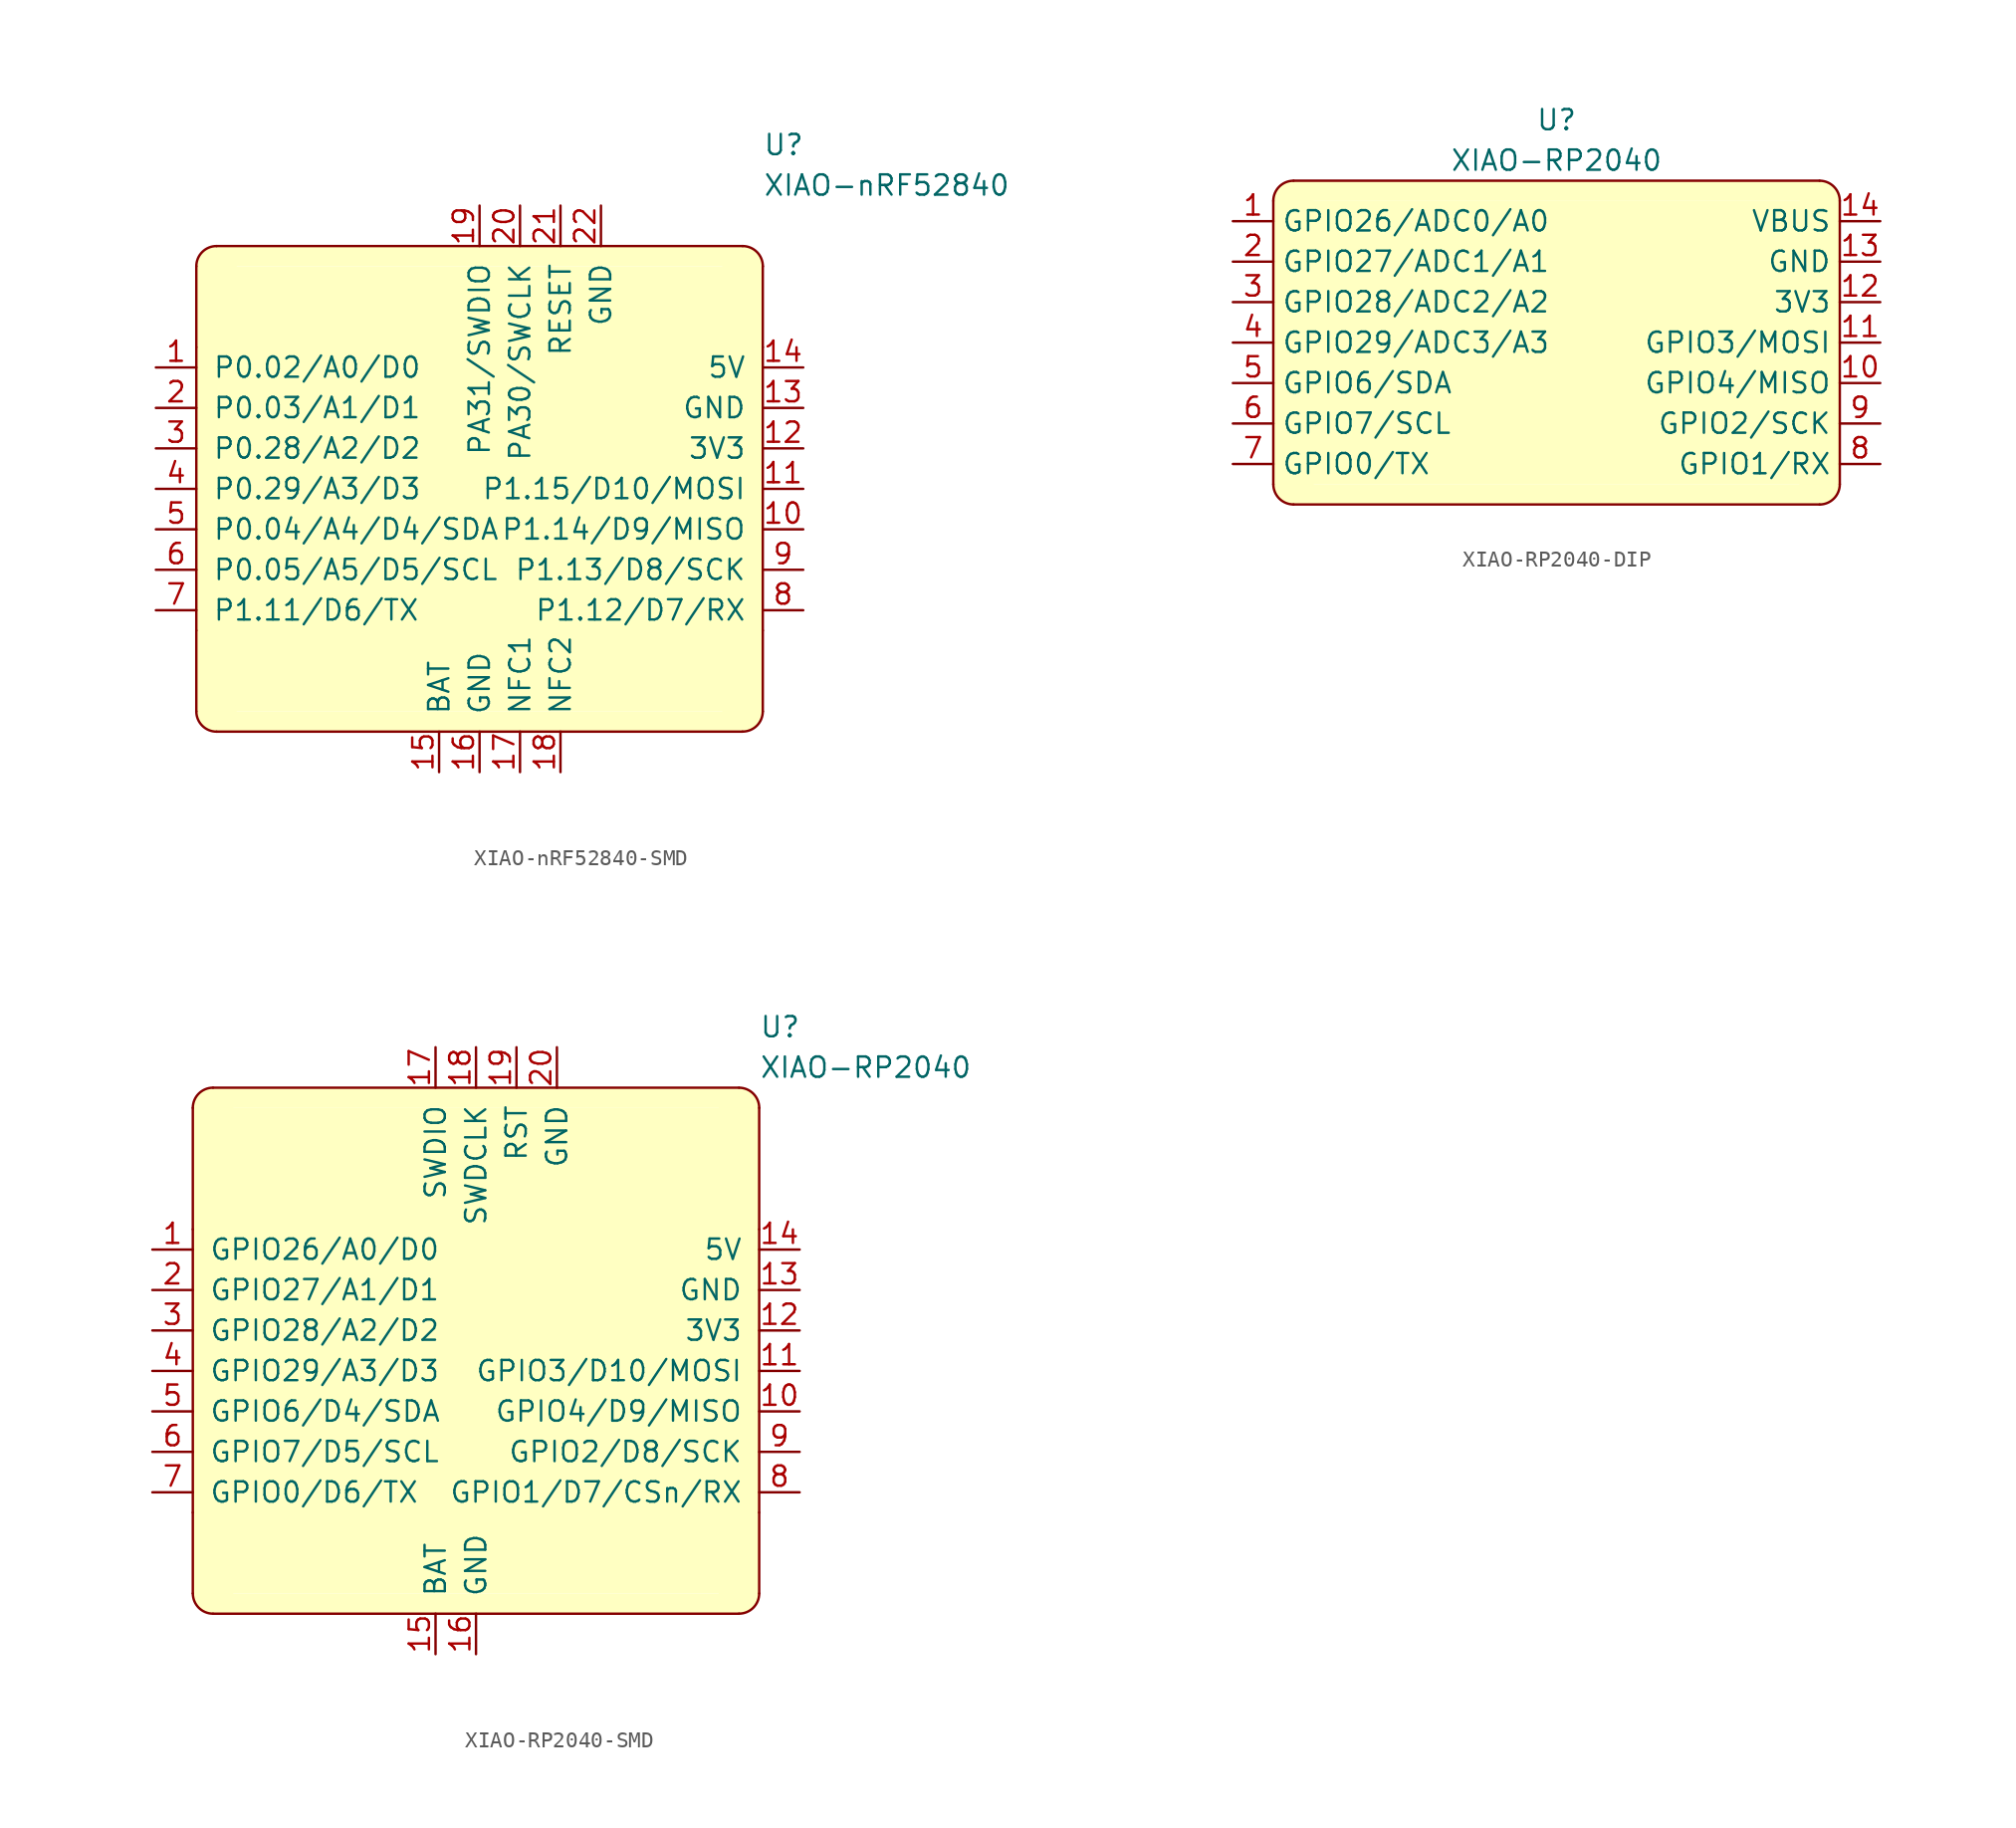
<source format=kicad_sym>
(kicad_symbol_lib
  (version 20241209)
  (generator "kicad_symbol_editor")
  (generator_version "9.0")
  (symbol "XIAO-nRF52840-SMD"
    (pin_names
      (offset 1.016))
    (property "Reference" "U"
      (at 17.78 21.59 0)
      (effects (font (size 1.27 1.27)) (justify left)))
    (property "Value" "XIAO-nRF52840"
      (at 17.78 19.05 0)
      (effects (font (size 1.27 1.27)) (justify left)))
    (symbol "XIAO-nRF52840-SMD_0_1"
      (polyline (pts (xy -17.78 13.97) (xy -17.78 8.89)) (stroke (width 0) (type default)) (fill (type none)))
      (polyline (pts (xy -17.78 -8.89) (xy -17.78 -13.97)) (stroke (width 0) (type default)) (fill (type none)))
      (polyline (pts (xy 17.78 13.97) (xy 17.78 8.89)) (stroke (width 0) (type default)) (fill (type none)))
      (polyline (pts (xy 17.78 -8.89) (xy 17.78 -13.97)) (stroke (width 0) (type default)) (fill (type none))))
    (symbol "XIAO-nRF52840-SMD_1_1"
      (rectangle (start -17.78 13.97) (end 17.78 -13.97) (stroke (width -0.0001) (type solid)) (fill (type background)))
      (polyline (pts (xy -17.78 -8.89) (xy -17.78 8.89)) (stroke (width 0) (type default)) (fill (type none)))
      (rectangle (start -16.51 15.24) (end 16.51 13.97) (stroke (width -0.0001) (type solid)) (fill (type background)))
      (polyline (pts (xy -16.51 15.24) (xy 16.51 15.24)) (stroke (width 0) (type default)) (fill (type none)))
      (circle (center -16.51 13.97) (radius 1.27) (stroke (width -0.0001) (type solid)) (fill (type background)))
      (circle (center -16.51 -13.97) (radius 1.27) (stroke (width -0.0001) (type solid)) (fill (type background)))
      (rectangle (start -16.51 -13.97) (end 16.51 -15.24) (stroke (width -0.0001) (type solid)) (fill (type background)))
      (polyline (pts (xy -16.51 -15.24) (xy 16.51 -15.24)) (stroke (width 0) (type default)) (fill (type none)))
      (arc (start -17.78 13.97) (mid -17.408 14.868) (end -16.51 15.24) (stroke (width 0) (type default)) (fill (type none)))
      (arc (start -16.51 -15.24) (mid -17.408 -14.868) (end -17.78 -13.97) (stroke (width 0) (type default)) (fill (type none)))
      (arc (start 16.51 15.24) (mid 17.408 14.868) (end 17.78 13.97) (stroke (width 0) (type default)) (fill (type none)))
      (circle (center 16.51 13.97) (radius 1.27) (stroke (width -0.0001) (type solid)) (fill (type background)))
      (circle (center 16.51 -13.97) (radius 1.27) (stroke (width -0.0001) (type solid)) (fill (type background)))
      (arc (start 17.78 -13.97) (mid 17.408 -14.868) (end 16.51 -15.24) (stroke (width 0) (type default)) (fill (type none)))
      (polyline (pts (xy 17.78 -8.89) (xy 17.78 8.89)) (stroke (width 0) (type default)) (fill (type none)))
      (pin passive line (at -20.32 7.62 0) (length 2.54) (name "P0.02/A0/D0" (effects (font (size 1.27 1.27)))) (number "1" (effects (font (size 1.27 1.27)))))
      (pin passive line (at -20.32 5.08 0) (length 2.54) (name "P0.03/A1/D1" (effects (font (size 1.27 1.27)))) (number "2" (effects (font (size 1.27 1.27)))))
      (pin passive line (at -20.32 2.54 0) (length 2.54) (name "P0.28/A2/D2" (effects (font (size 1.27 1.27)))) (number "3" (effects (font (size 1.27 1.27)))))
      (pin passive line (at -20.32 0 0) (length 2.54) (name "P0.29/A3/D3" (effects (font (size 1.27 1.27)))) (number "4" (effects (font (size 1.27 1.27)))))
      (pin passive line (at -20.32 -2.54 0) (length 2.54) (name "P0.04/A4/D4/SDA" (effects (font (size 1.27 1.27)))) (number "5" (effects (font (size 1.27 1.27)))))
      (pin passive line (at -20.32 -5.08 0) (length 2.54) (name "P0.05/A5/D5/SCL" (effects (font (size 1.27 1.27)))) (number "6" (effects (font (size 1.27 1.27)))))
      (pin passive line (at -20.32 -7.62 0) (length 2.54) (name "P1.11/D6/TX" (effects (font (size 1.27 1.27)))) (number "7" (effects (font (size 1.27 1.27)))))
      (pin passive line (at -2.54 -17.78 90) (length 2.54) (name "BAT" (effects (font (size 1.27 1.27)))) (number "15" (effects (font (size 1.27 1.27)))))
      (pin passive line (at 0 17.78 270) (length 2.54) (name "PA31/SWDIO" (effects (font (size 1.27 1.27)))) (number "19" (effects (font (size 1.27 1.27)))))
      (pin passive line (at 0 -17.78 90) (length 2.54) (name "GND" (effects (font (size 1.27 1.27)))) (number "16" (effects (font (size 1.27 1.27)))))
      (pin passive line (at 2.54 17.78 270) (length 2.54) (name "PA30/SWCLK" (effects (font (size 1.27 1.27)))) (number "20" (effects (font (size 1.27 1.27)))))
      (pin passive line (at 2.54 -17.78 90) (length 2.54) (name "NFC1" (effects (font (size 1.27 1.27)))) (number "17" (effects (font (size 1.27 1.27)))))
      (pin passive line (at 5.08 17.78 270) (length 2.54) (name "RESET" (effects (font (size 1.27 1.27)))) (number "21" (effects (font (size 1.27 1.27)))))
      (pin passive line (at 5.08 -17.78 90) (length 2.54) (name "NFC2" (effects (font (size 1.27 1.27)))) (number "18" (effects (font (size 1.27 1.27)))))
      (pin passive line (at 7.62 17.78 270) (length 2.54) (name "GND" (effects (font (size 1.27 1.27)))) (number "22" (effects (font (size 1.27 1.27)))))
      (pin passive line (at 20.32 7.62 180) (length 2.54) (name "5V" (effects (font (size 1.27 1.27)))) (number "14" (effects (font (size 1.27 1.27)))))
      (pin passive line (at 20.32 5.08 180) (length 2.54) (name "GND" (effects (font (size 1.27 1.27)))) (number "13" (effects (font (size 1.27 1.27)))))
      (pin passive line (at 20.32 2.54 180) (length 2.54) (name "3V3" (effects (font (size 1.27 1.27)))) (number "12" (effects (font (size 1.27 1.27)))))
      (pin passive line (at 20.32 0 180) (length 2.54) (name "P1.15/D10/MOSI" (effects (font (size 1.27 1.27)))) (number "11" (effects (font (size 1.27 1.27)))))
      (pin passive line (at 20.32 -2.54 180) (length 2.54) (name "P1.14/D9/MISO" (effects (font (size 1.27 1.27)))) (number "10" (effects (font (size 1.27 1.27)))))
      (pin passive line (at 20.32 -5.08 180) (length 2.54) (name "P1.13/D8/SCK" (effects (font (size 1.27 1.27)))) (number "9" (effects (font (size 1.27 1.27)))))
      (pin passive line (at 20.32 -7.62 180) (length 2.54) (name "P1.12/D7/RX" (effects (font (size 1.27 1.27)))) (number "8" (effects (font (size 1.27 1.27)))))))
  (symbol "XIAO-RP2040-DIP"
    (property "Reference" "U"
      (at 0 13.97 0)
      (effects (font (size 1.27 1.27))))
    (property "Value" "XIAO-RP2040"
      (at 0 11.43 0)
      (effects (font (size 1.27 1.27))))
    (symbol "XIAO-RP2040-DIP_1_0"
      (pin passive line (at -20.32 7.62 0) (length 2.54) (name "GPIO26/ADC0/A0" (effects (font (size 1.27 1.27)))) (number "1" (effects (font (size 1.27 1.27)))))
      (pin passive line (at -20.32 5.08 0) (length 2.54) (name "GPIO27/ADC1/A1" (effects (font (size 1.27 1.27)))) (number "2" (effects (font (size 1.27 1.27)))))
      (pin passive line (at -20.32 2.54 0) (length 2.54) (name "GPIO28/ADC2/A2" (effects (font (size 1.27 1.27)))) (number "3" (effects (font (size 1.27 1.27)))))
      (pin passive line (at -20.32 0 0) (length 2.54) (name "GPIO29/ADC3/A3" (effects (font (size 1.27 1.27)))) (number "4" (effects (font (size 1.27 1.27)))))
      (pin passive line (at -20.32 -2.54 0) (length 2.54) (name "GPIO6/SDA" (effects (font (size 1.27 1.27)))) (number "5" (effects (font (size 1.27 1.27)))))
      (pin passive line (at -20.32 -5.08 0) (length 2.54) (name "GPIO7/SCL" (effects (font (size 1.27 1.27)))) (number "6" (effects (font (size 1.27 1.27)))))
      (pin passive line (at -20.32 -7.62 0) (length 2.54) (name "GPIO0/TX" (effects (font (size 1.27 1.27)))) (number "7" (effects (font (size 1.27 1.27)))))
      (pin passive line (at 20.32 7.62 180) (length 2.54) (name "VBUS" (effects (font (size 1.27 1.27)))) (number "14" (effects (font (size 1.27 1.27)))))
      (pin passive line (at 20.32 5.08 180) (length 2.54) (name "GND" (effects (font (size 1.27 1.27)))) (number "13" (effects (font (size 1.27 1.27)))))
      (pin passive line (at 20.32 2.54 180) (length 2.54) (name "3V3" (effects (font (size 1.27 1.27)))) (number "12" (effects (font (size 1.27 1.27)))))
      (pin passive line (at 20.32 0 180) (length 2.54) (name "GPIO3/MOSI" (effects (font (size 1.27 1.27)))) (number "11" (effects (font (size 1.27 1.27)))))
      (pin passive line (at 20.32 -2.54 180) (length 2.54) (name "GPIO4/MISO" (effects (font (size 1.27 1.27)))) (number "10" (effects (font (size 1.27 1.27)))))
      (pin passive line (at 20.32 -5.08 180) (length 2.54) (name "GPIO2/SCK" (effects (font (size 1.27 1.27)))) (number "9" (effects (font (size 1.27 1.27)))))
      (pin passive line (at 20.32 -7.62 180) (length 2.54) (name "GPIO1/RX" (effects (font (size 1.27 1.27)))) (number "8" (effects (font (size 1.27 1.27))))))
    (symbol "XIAO-RP2040-DIP_1_1"
      (rectangle (start -17.78 8.89) (end 17.78 -8.89) (stroke (width -0.0001) (type solid)) (fill (type background)))
      (polyline (pts (xy -17.78 -8.89) (xy -17.78 8.89)) (stroke (width 0) (type default)) (fill (type none)))
      (rectangle (start -16.51 10.16) (end 16.51 8.89) (stroke (width -0.0001) (type solid)) (fill (type background)))
      (polyline (pts (xy -16.51 10.16) (xy 16.51 10.16)) (stroke (width 0) (type default)) (fill (type none)))
      (circle (center -16.51 8.89) (radius 1.27) (stroke (width -0.0001) (type solid)) (fill (type background)))
      (circle (center -16.51 -8.89) (radius 1.27) (stroke (width -0.0001) (type solid)) (fill (type background)))
      (rectangle (start -16.51 -8.89) (end 16.51 -10.16) (stroke (width -0.0001) (type solid)) (fill (type background)))
      (polyline (pts (xy -16.51 -10.16) (xy 16.51 -10.16)) (stroke (width 0) (type default)) (fill (type none)))
      (arc (start -17.78 8.89) (mid -17.408 9.788) (end -16.51 10.16) (stroke (width 0) (type default)) (fill (type none)))
      (arc (start -16.51 -10.16) (mid -17.408 -9.788) (end -17.78 -8.89) (stroke (width 0) (type default)) (fill (type none)))
      (arc (start 16.51 10.16) (mid 17.408 9.788) (end 17.78 8.89) (stroke (width 0) (type default)) (fill (type none)))
      (circle (center 16.51 8.89) (radius 1.27) (stroke (width -0.0001) (type solid)) (fill (type background)))
      (circle (center 16.51 -8.89) (radius 1.27) (stroke (width -0.0001) (type solid)) (fill (type background)))
      (arc (start 17.78 -8.89) (mid 17.408 -9.788) (end 16.51 -10.16) (stroke (width 0) (type default)) (fill (type none)))
      (polyline (pts (xy 17.78 -8.89) (xy 17.78 8.89)) (stroke (width 0) (type default)) (fill (type none)))))
  (symbol "XIAO-RP2040-SMD"
    (pin_names
      (offset 1.016))
    (property "Reference" "U"
      (at 17.78 21.59 0)
      (effects (font (size 1.27 1.27)) (justify left)))
    (property "Value" "XIAO-RP2040"
      (at 17.78 19.05 0)
      (effects (font (size 1.27 1.27)) (justify left)))
    (symbol "XIAO-RP2040-SMD_0_1"
      (polyline (pts (xy -17.78 16.51) (xy -17.78 8.89)) (stroke (width 0) (type default)) (fill (type none)))
      (polyline (pts (xy -17.78 -8.89) (xy -17.78 -13.97)) (stroke (width 0) (type default)) (fill (type none)))
      (polyline (pts (xy 17.78 16.51) (xy 17.78 8.89)) (stroke (width 0) (type default)) (fill (type none)))
      (polyline (pts (xy 17.78 -8.89) (xy 17.78 -13.97)) (stroke (width 0) (type default)) (fill (type none))))
    (symbol "XIAO-RP2040-SMD_1_1"
      (rectangle (start -17.78 16.51) (end 17.78 -13.97) (stroke (width -0.0001) (type solid)) (fill (type background)))
      (polyline (pts (xy -17.78 -8.89) (xy -17.78 8.89)) (stroke (width 0) (type default)) (fill (type none)))
      (rectangle (start -16.51 17.78) (end 16.51 16.51) (stroke (width -0.0001) (type solid)) (fill (type background)))
      (polyline (pts (xy -16.51 17.78) (xy 16.51 17.78)) (stroke (width 0) (type default)) (fill (type none)))
      (circle (center -16.51 16.51) (radius 1.27) (stroke (width -0.0001) (type solid)) (fill (type background)))
      (circle (center -16.51 -13.97) (radius 1.27) (stroke (width -0.0001) (type solid)) (fill (type background)))
      (rectangle (start -16.51 -13.97) (end 16.51 -15.24) (stroke (width -0.0001) (type solid)) (fill (type background)))
      (polyline (pts (xy -16.51 -15.24) (xy 16.51 -15.24)) (stroke (width 0) (type default)) (fill (type none)))
      (arc (start -17.78 16.51) (mid -17.408 17.408) (end -16.51 17.78) (stroke (width 0) (type default)) (fill (type none)))
      (arc (start -16.51 -15.24) (mid -17.408 -14.868) (end -17.78 -13.97) (stroke (width 0) (type default)) (fill (type none)))
      (arc (start 16.51 17.78) (mid 17.408 17.408) (end 17.78 16.51) (stroke (width 0) (type default)) (fill (type none)))
      (circle (center 16.51 16.51) (radius 1.27) (stroke (width -0.0001) (type solid)) (fill (type background)))
      (circle (center 16.51 -13.97) (radius 1.27) (stroke (width -0.0001) (type solid)) (fill (type background)))
      (arc (start 17.78 -13.97) (mid 17.408 -14.868) (end 16.51 -15.24) (stroke (width 0) (type default)) (fill (type none)))
      (polyline (pts (xy 17.78 -8.89) (xy 17.78 8.89)) (stroke (width 0) (type default)) (fill (type none)))
      (pin passive line (at -20.32 7.62 0) (length 2.54) (name "GPIO26/A0/D0" (effects (font (size 1.27 1.27)))) (number "1" (effects (font (size 1.27 1.27)))))
      (pin passive line (at -20.32 5.08 0) (length 2.54) (name "GPIO27/A1/D1" (effects (font (size 1.27 1.27)))) (number "2" (effects (font (size 1.27 1.27)))))
      (pin passive line (at -20.32 2.54 0) (length 2.54) (name "GPIO28/A2/D2" (effects (font (size 1.27 1.27)))) (number "3" (effects (font (size 1.27 1.27)))))
      (pin passive line (at -20.32 0 0) (length 2.54) (name "GPIO29/A3/D3" (effects (font (size 1.27 1.27)))) (number "4" (effects (font (size 1.27 1.27)))))
      (pin passive line (at -20.32 -2.54 0) (length 2.54) (name "GPIO6/D4/SDA" (effects (font (size 1.27 1.27)))) (number "5" (effects (font (size 1.27 1.27)))))
      (pin passive line (at -20.32 -5.08 0) (length 2.54) (name "GPIO7/D5/SCL" (effects (font (size 1.27 1.27)))) (number "6" (effects (font (size 1.27 1.27)))))
      (pin passive line (at -20.32 -7.62 0) (length 2.54) (name "GPIO0/D6/TX" (effects (font (size 1.27 1.27)))) (number "7" (effects (font (size 1.27 1.27)))))
      (pin passive line (at -2.54 20.32 270) (length 2.54) (name "SWDIO" (effects (font (size 1.27 1.27)))) (number "17" (effects (font (size 1.27 1.27)))))
      (pin passive line (at -2.54 -17.78 90) (length 2.54) (name "BAT" (effects (font (size 1.27 1.27)))) (number "15" (effects (font (size 1.27 1.27)))))
      (pin passive line (at 0 20.32 270) (length 2.54) (name "SWDCLK" (effects (font (size 1.27 1.27)))) (number "18" (effects (font (size 1.27 1.27)))))
      (pin passive line (at 0 -17.78 90) (length 2.54) (name "GND" (effects (font (size 1.27 1.27)))) (number "16" (effects (font (size 1.27 1.27)))))
      (pin passive line (at 2.54 20.32 270) (length 2.54) (name "RST" (effects (font (size 1.27 1.27)))) (number "19" (effects (font (size 1.27 1.27)))))
      (pin passive line (at 5.08 20.32 270) (length 2.54) (name "GND" (effects (font (size 1.27 1.27)))) (number "20" (effects (font (size 1.27 1.27)))))
      (pin passive line (at 20.32 7.62 180) (length 2.54) (name "5V" (effects (font (size 1.27 1.27)))) (number "14" (effects (font (size 1.27 1.27)))))
      (pin passive line (at 20.32 5.08 180) (length 2.54) (name "GND" (effects (font (size 1.27 1.27)))) (number "13" (effects (font (size 1.27 1.27)))))
      (pin passive line (at 20.32 2.54 180) (length 2.54) (name "3V3" (effects (font (size 1.27 1.27)))) (number "12" (effects (font (size 1.27 1.27)))))
      (pin passive line (at 20.32 0 180) (length 2.54) (name "GPIO3/D10/MOSI" (effects (font (size 1.27 1.27)))) (number "11" (effects (font (size 1.27 1.27)))))
      (pin passive line (at 20.32 -2.54 180) (length 2.54) (name "GPIO4/D9/MISO" (effects (font (size 1.27 1.27)))) (number "10" (effects (font (size 1.27 1.27)))))
      (pin passive line (at 20.32 -5.08 180) (length 2.54) (name "GPIO2/D8/SCK" (effects (font (size 1.27 1.27)))) (number "9" (effects (font (size 1.27 1.27)))))
      (pin passive line (at 20.32 -7.62 180) (length 2.54) (name "GPIO1/D7/CSn/RX" (effects (font (size 1.27 1.27)))) (number "8" (effects (font (size 1.27 1.27))))))))
</source>
